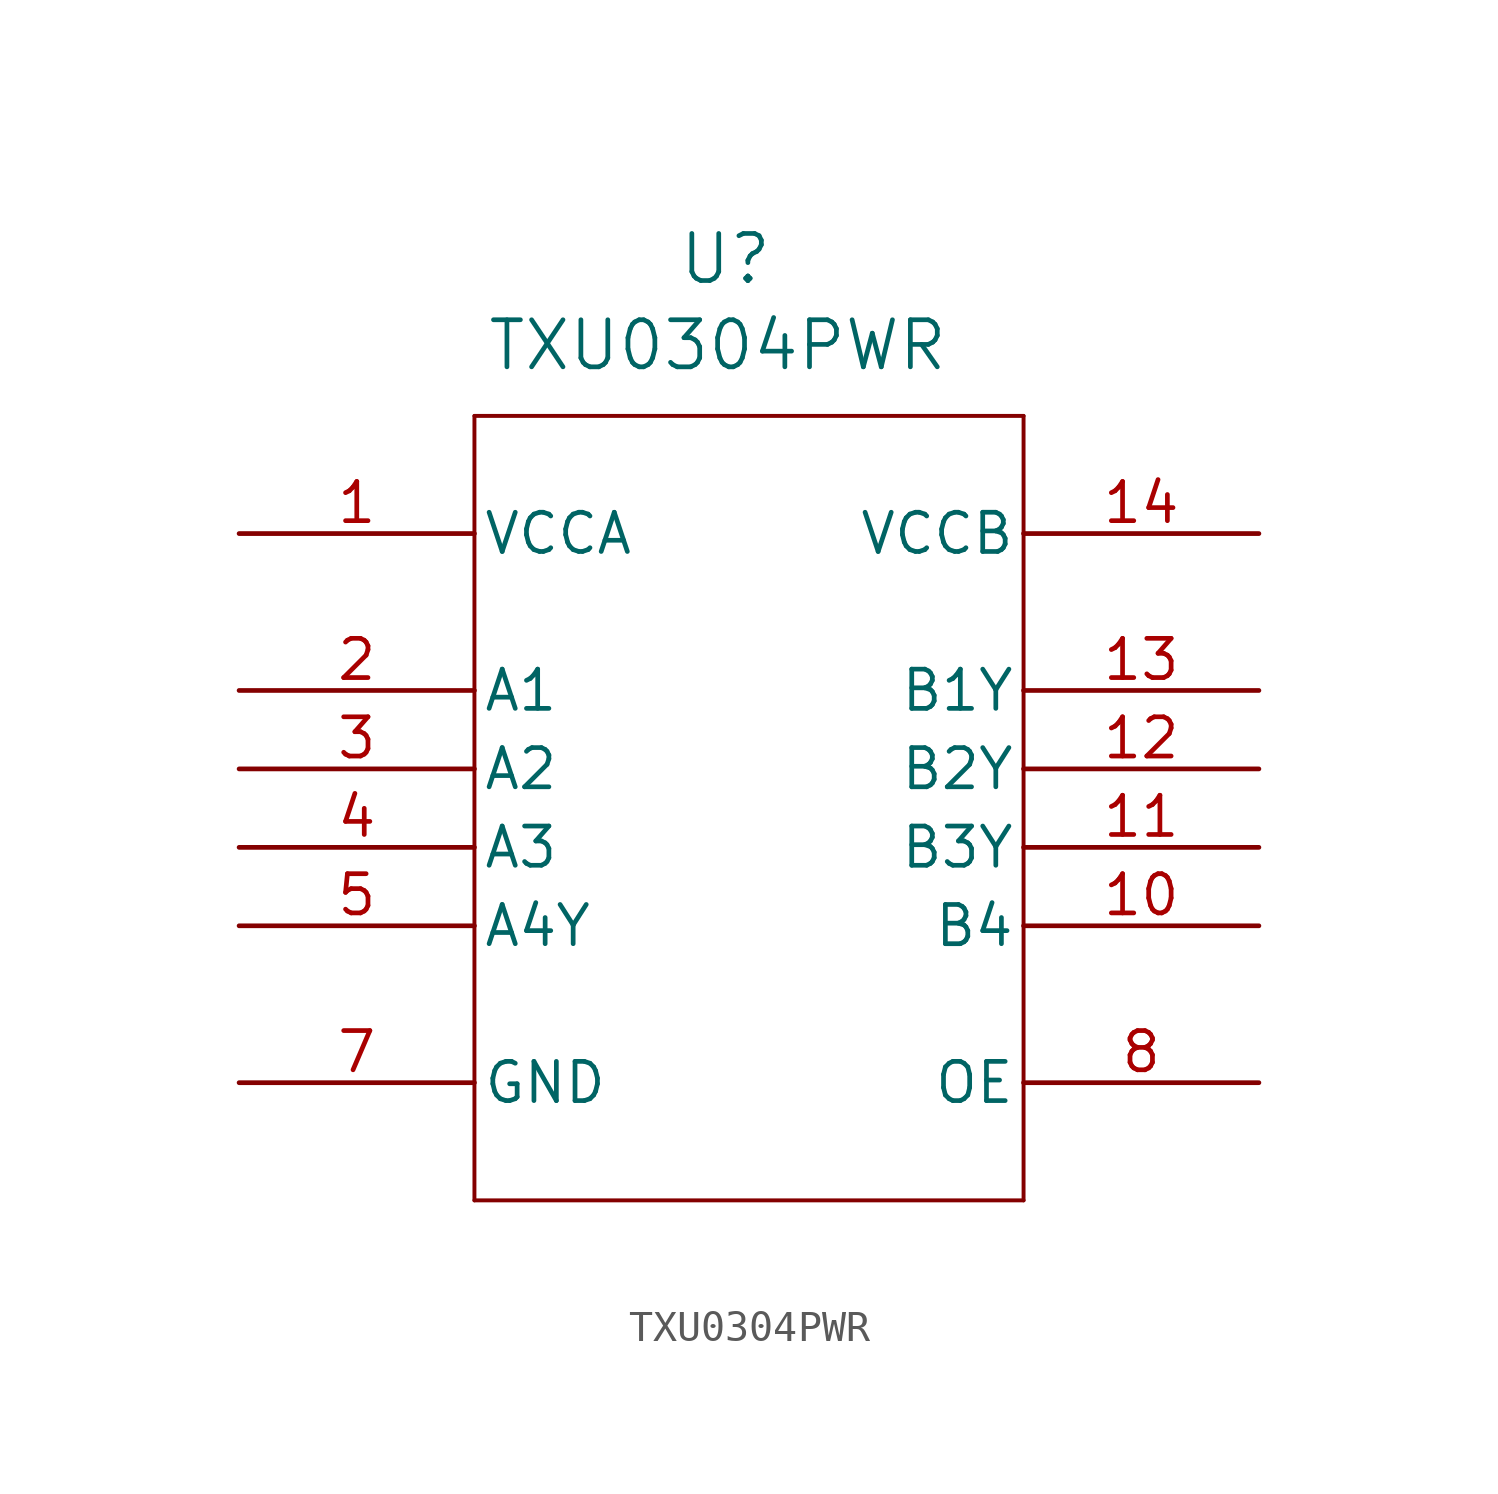
<source format=kicad_sym>
(kicad_symbol_lib
  (version 20241209)
  (generator "kicad_symbol_editor")
  (generator_version "9.0")
  (symbol "TXU0304PWR"
    (pin_names
      (offset 0.254))
    (property "Reference" "U"
      (at 15.748 10.16 0)
      (effects (font (size 1.524 1.524))))
    (property "Value" "TXU0304PWR"
      (at 15.494 7.366 0)
      (effects (font (size 1.524 1.524))))
    (property "ki_locked" ""
      (at 0 0 0)
      (effects (font (size 1.27 1.27))))
    (symbol "TXU0304PWR_0_1"
      (polyline (pts (xy 7.62 5.08) (xy 7.62 -20.32)) (stroke (width 0.127) (type default)) (fill (type none)))
      (polyline (pts (xy 7.62 -20.32) (xy 25.4 -20.32)) (stroke (width 0.127) (type default)) (fill (type none)))
      (polyline (pts (xy 25.4 5.08) (xy 7.62 5.08)) (stroke (width 0.127) (type default)) (fill (type none)))
      (polyline (pts (xy 25.4 -20.32) (xy 25.4 5.08)) (stroke (width 0.127) (type default)) (fill (type none)))
      (pin power_in line (at 0 1.27 0) (length 7.62) (name "VCCA" (effects (font (size 1.27 1.27)))) (number "1" (effects (font (size 1.27 1.27)))))
      (pin input line (at 0 -3.81 0) (length 7.62) (name "A1" (effects (font (size 1.27 1.27)))) (number "2" (effects (font (size 1.27 1.27)))))
      (pin input line (at 0 -6.35 0) (length 7.62) (name "A2" (effects (font (size 1.27 1.27)))) (number "3" (effects (font (size 1.27 1.27)))))
      (pin input line (at 0 -8.89 0) (length 7.62) (name "A3" (effects (font (size 1.27 1.27)))) (number "4" (effects (font (size 1.27 1.27)))))
      (pin output line (at 0 -11.43 0) (length 7.62) (name "A4Y" (effects (font (size 1.27 1.27)))) (number "5" (effects (font (size 1.27 1.27)))))
      (pin power_out line (at 0 -16.51 0) (length 7.62) (name "GND" (effects (font (size 1.27 1.27)))) (number "7" (effects (font (size 1.27 1.27)))))
      (pin power_in line (at 33.02 1.27 180) (length 7.62) (name "VCCB" (effects (font (size 1.27 1.27)))) (number "14" (effects (font (size 1.27 1.27)))))
      (pin output line (at 33.02 -3.81 180) (length 7.62) (name "B1Y" (effects (font (size 1.27 1.27)))) (number "13" (effects (font (size 1.27 1.27)))))
      (pin output line (at 33.02 -6.35 180) (length 7.62) (name "B2Y" (effects (font (size 1.27 1.27)))) (number "12" (effects (font (size 1.27 1.27)))))
      (pin output line (at 33.02 -8.89 180) (length 7.62) (name "B3Y" (effects (font (size 1.27 1.27)))) (number "11" (effects (font (size 1.27 1.27)))))
      (pin input line (at 33.02 -11.43 180) (length 7.62) (name "B4" (effects (font (size 1.27 1.27)))) (number "10" (effects (font (size 1.27 1.27)))))
      (pin input line (at 33.02 -16.51 180) (length 7.62) (name "OE" (effects (font (size 1.27 1.27)))) (number "8" (effects (font (size 1.27 1.27))))))))
</source>
